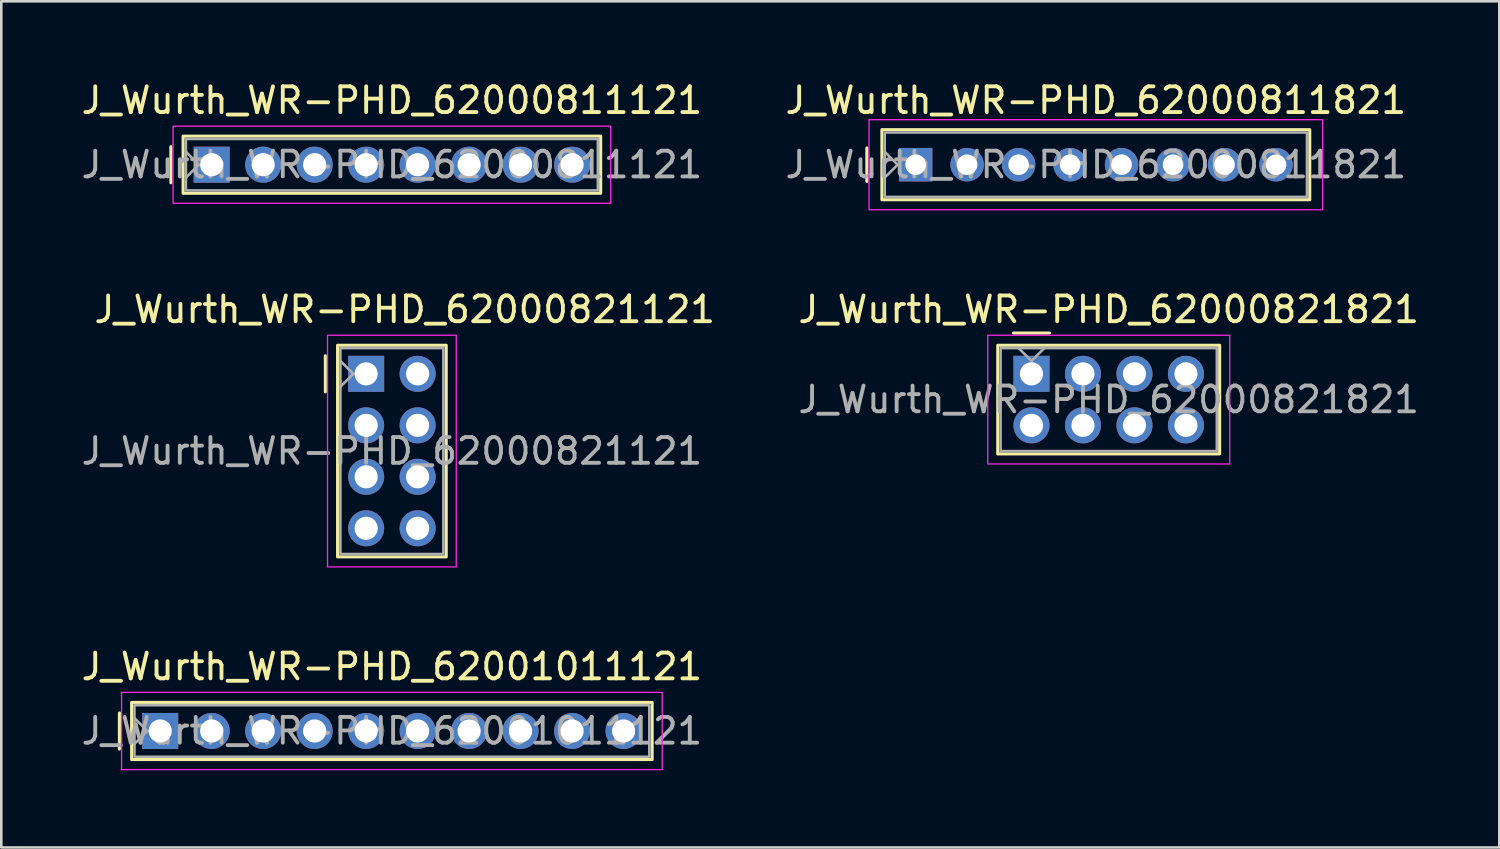
<source format=kicad_pcb>
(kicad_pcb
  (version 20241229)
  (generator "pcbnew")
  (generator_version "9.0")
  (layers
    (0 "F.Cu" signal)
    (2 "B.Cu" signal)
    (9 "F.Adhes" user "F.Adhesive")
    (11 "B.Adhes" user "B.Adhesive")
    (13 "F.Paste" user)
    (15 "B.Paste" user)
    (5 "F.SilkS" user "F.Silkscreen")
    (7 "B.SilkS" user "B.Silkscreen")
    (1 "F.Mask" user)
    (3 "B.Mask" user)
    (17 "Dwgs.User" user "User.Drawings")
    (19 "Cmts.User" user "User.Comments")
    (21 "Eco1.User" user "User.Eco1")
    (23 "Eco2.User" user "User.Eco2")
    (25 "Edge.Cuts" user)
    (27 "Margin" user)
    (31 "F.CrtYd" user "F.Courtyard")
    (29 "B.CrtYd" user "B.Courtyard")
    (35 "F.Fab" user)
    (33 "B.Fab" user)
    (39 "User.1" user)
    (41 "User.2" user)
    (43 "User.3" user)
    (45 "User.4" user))
  (footprint "J_Wurth_WR-PHD_62000821121"
    (layer "F.Cu")
    (at 11.173 11.472)
    (property "Reference" "J_Wurth_WR-PHD_62000821121" (at 1.5 -2.5 0) (unlocked yes) (layer "F.SilkS") (effects (font (size 1 1) (thickness 0.15))))
    (attr through_hole)
    (fp_line (start -1.585 -0.7) (end -1.585 0.7) (stroke (width 0.12) (type solid)) (layer "F.SilkS"))
    (fp_rect (start -1.11 -1.11) (end 3.11 7.11) (stroke (width 0.12) (type solid)) (fill no) (layer "F.SilkS"))
    (fp_rect (start -1.5 -1.5) (end 3.5 7.5) (stroke (width 0.05) (type solid)) (fill no) (layer "F.CrtYd"))
    (fp_line (start -1 -0.5) (end -0.5 0) (stroke (width 0.1) (type default)) (layer "F.Fab"))
    (fp_line (start -0.5 0) (end -1 0.5) (stroke (width 0.1) (type default)) (layer "F.Fab"))
    (fp_rect (start -1 -1) (end 3 7) (stroke (width 0.1) (type solid)) (fill no) (layer "F.Fab"))
    (fp_text user "${REFERENCE}" (at 1 3 0) (unlocked yes) (layer "F.Fab") (effects (font (size 1 1) (thickness 0.15))))
    (pad "1" thru_hole rect (at 0 0) (size 1.4 1.4) (drill 0.9) (layers "*.Cu" "*.Mask"))
    (pad "2" thru_hole circle (at 2 0) (size 1.4 1.4) (drill 0.9) (layers "*.Cu" "*.Mask"))
    (pad "3" thru_hole circle (at 0 2) (size 1.4 1.4) (drill 0.9) (layers "*.Cu" "*.Mask"))
    (pad "4" thru_hole circle (at 2 2) (size 1.4 1.4) (drill 0.9) (layers "*.Cu" "*.Mask"))
    (pad "5" thru_hole circle (at 0 4) (size 1.4 1.4) (drill 0.9) (layers "*.Cu" "*.Mask"))
    (pad "6" thru_hole circle (at 2 4) (size 1.4 1.4) (drill 0.9) (layers "*.Cu" "*.Mask"))
    (pad "7" thru_hole circle (at 0 6) (size 1.4 1.4) (drill 0.9) (layers "*.Cu" "*.Mask"))
    (pad "8" thru_hole circle (at 2 6) (size 1.4 1.4) (drill 0.9) (layers "*.Cu" "*.Mask")))
  (footprint "J_Wurth_WR-PHD_62000821821"
    (layer "F.Cu")
    (at 37.018 11.472)
    (property "Reference" "J_Wurth_WR-PHD_62000821821" (at 3 -2.5 0) (unlocked yes) (layer "F.SilkS") (effects (font (size 1 1) (thickness 0.15))))
    (attr through_hole)
    (fp_line (start 0.7 -1.585) (end -0.7 -1.585) (stroke (width 0.12) (type solid)) (layer "F.SilkS"))
    (fp_rect (start -1.31 -1.11) (end 7.31 3.11) (stroke (width 0.12) (type solid)) (fill no) (layer "F.SilkS"))
    (fp_rect (start -1.7 -1.5) (end 7.7 3.5) (stroke (width 0.05) (type solid)) (fill no) (layer "F.CrtYd"))
    (fp_line (start 0 -0.5) (end -0.5 -1) (stroke (width 0.1) (type default)) (layer "F.Fab"))
    (fp_line (start 0.5 -1) (end 0 -0.5) (stroke (width 0.1) (type default)) (layer "F.Fab"))
    (fp_rect (start -1.2 -1) (end 7.2 3) (stroke (width 0.1) (type solid)) (fill no) (layer "F.Fab"))
    (fp_text user "${REFERENCE}" (at 3 1 0) (unlocked yes) (layer "F.Fab") (effects (font (size 1 1) (thickness 0.15))))
    (pad "1" thru_hole rect (at 0 0 180) (size 1.4 1.4) (drill 0.9) (layers "*.Cu" "*.Mask"))
    (pad "2" thru_hole circle (at 0 2 180) (size 1.4 1.4) (drill 0.9) (layers "*.Cu" "*.Mask"))
    (pad "3" thru_hole circle (at 2 0 180) (size 1.4 1.4) (drill 0.9) (layers "*.Cu" "*.Mask"))
    (pad "4" thru_hole circle (at 2 2 180) (size 1.4 1.4) (drill 0.9) (layers "*.Cu" "*.Mask"))
    (pad "5" thru_hole circle (at 4 0 180) (size 1.4 1.4) (drill 0.9) (layers "*.Cu" "*.Mask"))
    (pad "6" thru_hole circle (at 4 2 180) (size 1.4 1.4) (drill 0.9) (layers "*.Cu" "*.Mask"))
    (pad "7" thru_hole circle (at 6 0 180) (size 1.4 1.4) (drill 0.9) (layers "*.Cu" "*.Mask"))
    (pad "8" thru_hole circle (at 6 2 180) (size 1.4 1.4) (drill 0.9) (layers "*.Cu" "*.Mask")))
  (footprint "J_Wurth_WR-PHD_62001011121"
    (layer "F.Cu")
    (at 3.173 25.345)
    (property "Reference" "J_Wurth_WR-PHD_62001011121" (at 9 -2.5 0) (unlocked yes) (layer "F.SilkS") (effects (font (size 1 1) (thickness 0.15))))
    (attr through_hole)
    (fp_line (start -1.585 -0.7) (end -1.585 0.7) (stroke (width 0.12) (type solid)) (layer "F.SilkS"))
    (fp_rect (start -1.11 -1.11) (end 19.11 1.11) (stroke (width 0.12) (type solid)) (fill no) (layer "F.SilkS"))
    (fp_rect (start -1.5 -1.5) (end 19.5 1.5) (stroke (width 0.05) (type solid)) (fill no) (layer "F.CrtYd"))
    (fp_line (start -1 -0.5) (end -0.5 0) (stroke (width 0.1) (type default)) (layer "F.Fab"))
    (fp_line (start -0.5 0) (end -1 0.5) (stroke (width 0.1) (type default)) (layer "F.Fab"))
    (fp_rect (start -1 -1) (end 19 1) (stroke (width 0.1) (type solid)) (fill no) (layer "F.Fab"))
    (fp_text user "${REFERENCE}" (at 9 0 0) (unlocked yes) (layer "F.Fab") (effects (font (size 1 1) (thickness 0.15))))
    (pad "1" thru_hole rect (at 0 0) (size 1.4 1.4) (drill 0.9) (layers "*.Cu" "*.Mask"))
    (pad "2" thru_hole circle (at 2 0) (size 1.4 1.4) (drill 0.9) (layers "*.Cu" "*.Mask"))
    (pad "3" thru_hole circle (at 4 0) (size 1.4 1.4) (drill 0.9) (layers "*.Cu" "*.Mask"))
    (pad "4" thru_hole circle (at 6 0) (size 1.4 1.4) (drill 0.9) (layers "*.Cu" "*.Mask"))
    (pad "5" thru_hole circle (at 8 0) (size 1.4 1.4) (drill 0.9) (layers "*.Cu" "*.Mask"))
    (pad "6" thru_hole circle (at 10 0) (size 1.4 1.4) (drill 0.9) (layers "*.Cu" "*.Mask"))
    (pad "7" thru_hole circle (at 12 0) (size 1.4 1.4) (drill 0.9) (layers "*.Cu" "*.Mask"))
    (pad "8" thru_hole circle (at 14 0) (size 1.4 1.4) (drill 0.9) (layers "*.Cu" "*.Mask"))
    (pad "9" thru_hole circle (at 16 0) (size 1.4 1.4) (drill 0.9) (layers "*.Cu" "*.Mask"))
    (pad "10" thru_hole circle (at 18 0) (size 1.4 1.4) (drill 0.9) (layers "*.Cu" "*.Mask")))
  (footprint "J_Wurth_WR-PHD_62000811821"
    (layer "F.Cu")
    (at 32.518 3.348)
    (property "Reference" "J_Wurth_WR-PHD_62000811821" (at 7 -2.5 0) (unlocked yes) (layer "F.SilkS") (effects (font (size 1 1) (thickness 0.15))))
    (attr through_hole)
    (fp_line (start -1.895 -0.65) (end -1.895 0.65) (stroke (width 0.12) (type solid)) (layer "F.SilkS"))
    (fp_rect (start -1.31 -1.36) (end 15.31 1.36) (stroke (width 0.12) (type solid)) (fill no) (layer "F.SilkS"))
    (fp_rect (start -1.81 -1.75) (end 15.81 1.75) (stroke (width 0.05) (type solid)) (fill no) (layer "F.CrtYd"))
    (fp_line (start -1.2 -0.5) (end -0.7 0) (stroke (width 0.1) (type default)) (layer "F.Fab"))
    (fp_line (start -0.7 0) (end -1.2 0.5) (stroke (width 0.1) (type default)) (layer "F.Fab"))
    (fp_rect (start -1.2 -1.25) (end 15.2 1.25) (stroke (width 0.1) (type solid)) (fill no) (layer "F.Fab"))
    (fp_text user "${REFERENCE}" (at 7 0 0) (unlocked yes) (layer "F.Fab") (effects (font (size 1 1) (thickness 0.15))))
    (pad "1" thru_hole rect (at 0 0) (size 1.3 1.3) (drill 0.8) (layers "*.Cu" "*.Mask"))
    (pad "2" thru_hole circle (at 2 0) (size 1.3 1.3) (drill 0.8) (layers "*.Cu" "*.Mask"))
    (pad "3" thru_hole circle (at 4 0) (size 1.3 1.3) (drill 0.8) (layers "*.Cu" "*.Mask"))
    (pad "4" thru_hole circle (at 6 0) (size 1.3 1.3) (drill 0.8) (layers "*.Cu" "*.Mask"))
    (pad "5" thru_hole circle (at 8 0) (size 1.3 1.3) (drill 0.8) (layers "*.Cu" "*.Mask"))
    (pad "6" thru_hole circle (at 10 0) (size 1.3 1.3) (drill 0.8) (layers "*.Cu" "*.Mask"))
    (pad "7" thru_hole circle (at 12 0) (size 1.3 1.3) (drill 0.8) (layers "*.Cu" "*.Mask"))
    (pad "8" thru_hole circle (at 14 0) (size 1.3 1.3) (drill 0.8) (layers "*.Cu" "*.Mask")))
  (footprint "J_Wurth_WR-PHD_62000811121"
    (layer "F.Cu")
    (at 5.173 3.348)
    (property "Reference" "J_Wurth_WR-PHD_62000811121" (at 7 -2.5 0) (unlocked yes) (layer "F.SilkS") (effects (font (size 1 1) (thickness 0.15))))
    (attr through_hole)
    (fp_line (start -1.585 -0.7) (end -1.585 0.7) (stroke (width 0.12) (type solid)) (layer "F.SilkS"))
    (fp_rect (start -1.11 -1.11) (end 15.11 1.11) (stroke (width 0.12) (type solid)) (fill no) (layer "F.SilkS"))
    (fp_rect (start -1.5 -1.5) (end 15.5 1.5) (stroke (width 0.05) (type solid)) (fill no) (layer "F.CrtYd"))
    (fp_line (start -1 -0.5) (end -0.5 0) (stroke (width 0.1) (type default)) (layer "F.Fab"))
    (fp_line (start -0.5 0) (end -1 0.5) (stroke (width 0.1) (type default)) (layer "F.Fab"))
    (fp_rect (start -1 -1) (end 15 1) (stroke (width 0.1) (type solid)) (fill no) (layer "F.Fab"))
    (fp_text user "${REFERENCE}" (at 7 0 0) (unlocked yes) (layer "F.Fab") (effects (font (size 1 1) (thickness 0.15))))
    (pad "1" thru_hole rect (at 0 0) (size 1.4 1.4) (drill 0.9) (layers "*.Cu" "*.Mask"))
    (pad "2" thru_hole circle (at 2 0) (size 1.4 1.4) (drill 0.9) (layers "*.Cu" "*.Mask"))
    (pad "3" thru_hole circle (at 4 0) (size 1.4 1.4) (drill 0.9) (layers "*.Cu" "*.Mask"))
    (pad "4" thru_hole circle (at 6 0) (size 1.4 1.4) (drill 0.9) (layers "*.Cu" "*.Mask"))
    (pad "5" thru_hole circle (at 8 0) (size 1.4 1.4) (drill 0.9) (layers "*.Cu" "*.Mask"))
    (pad "6" thru_hole circle (at 10 0) (size 1.4 1.4) (drill 0.9) (layers "*.Cu" "*.Mask"))
    (pad "7" thru_hole circle (at 12 0) (size 1.4 1.4) (drill 0.9) (layers "*.Cu" "*.Mask"))
    (pad "8" thru_hole circle (at 14 0) (size 1.4 1.4) (drill 0.9) (layers "*.Cu" "*.Mask")))
  (gr_rect
    (start -3 -3)
    (end 55.19 29.87)
    (stroke (width 0.1) (type default))
    (fill no)
    (layer "Edge.Cuts")))
</source>
